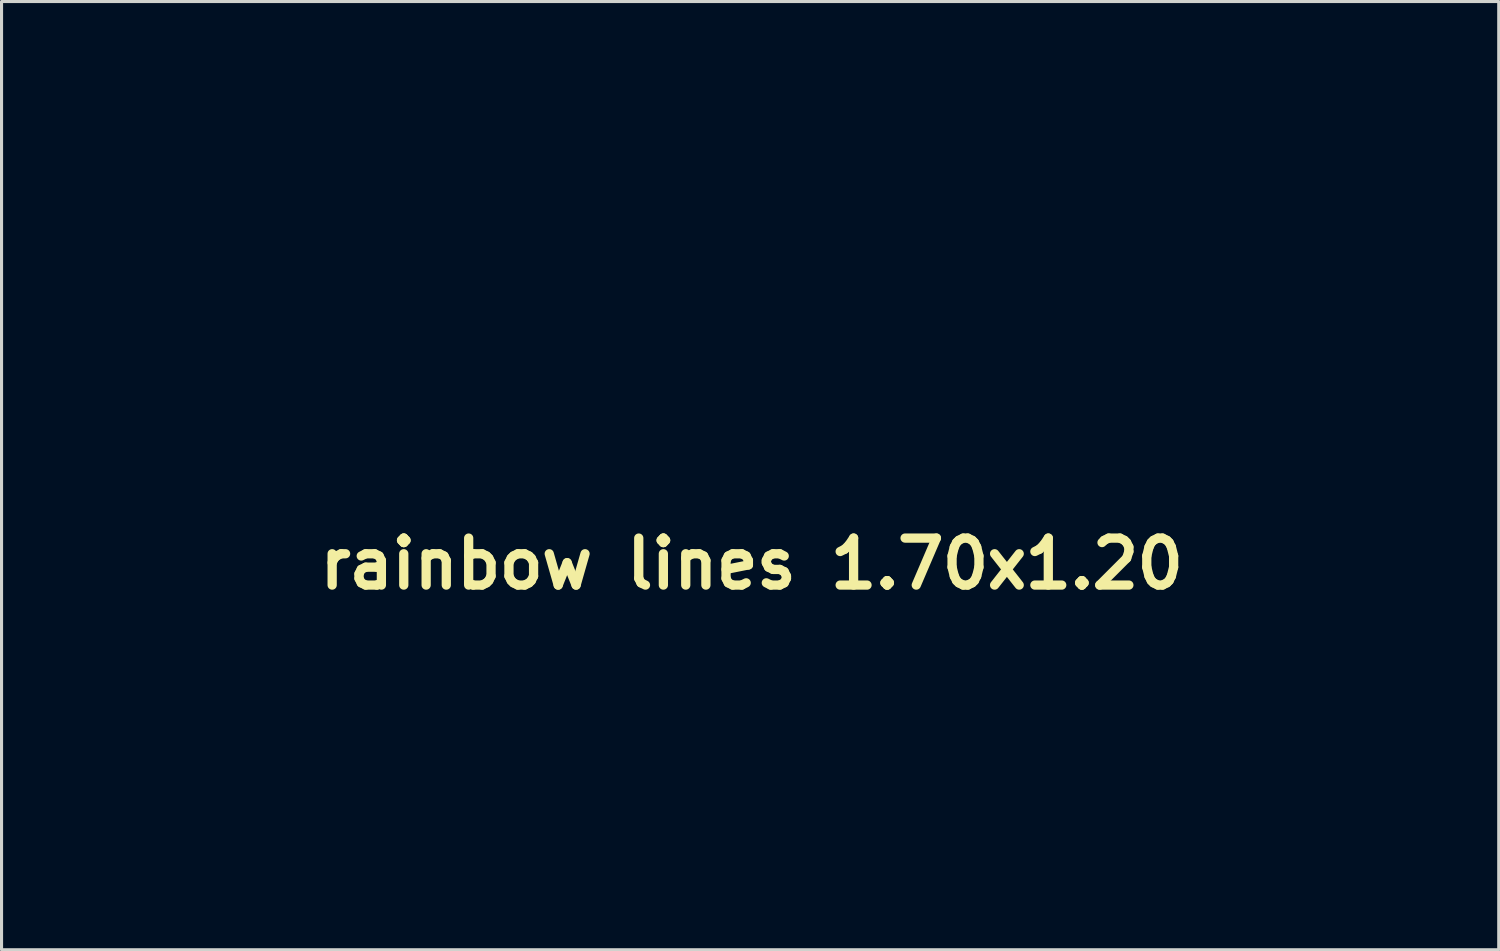
<source format=kicad_pcb>
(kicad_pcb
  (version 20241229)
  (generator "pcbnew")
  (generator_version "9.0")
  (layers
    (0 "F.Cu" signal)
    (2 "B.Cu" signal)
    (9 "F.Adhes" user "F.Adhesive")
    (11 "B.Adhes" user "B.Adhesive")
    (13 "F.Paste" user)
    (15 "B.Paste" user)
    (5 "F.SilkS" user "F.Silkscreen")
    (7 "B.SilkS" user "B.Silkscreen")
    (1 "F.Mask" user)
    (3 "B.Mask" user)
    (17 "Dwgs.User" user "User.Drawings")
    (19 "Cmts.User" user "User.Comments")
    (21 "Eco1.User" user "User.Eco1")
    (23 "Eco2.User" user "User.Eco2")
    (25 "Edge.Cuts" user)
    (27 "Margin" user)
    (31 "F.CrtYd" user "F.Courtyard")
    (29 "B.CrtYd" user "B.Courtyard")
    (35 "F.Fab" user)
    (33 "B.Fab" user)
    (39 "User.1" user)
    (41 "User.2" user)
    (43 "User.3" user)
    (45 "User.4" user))
  (footprint "rainbow lines 1.70x1.20"
    (layer "F.Cu")
    (at 21.328 15.233)
    (property "Reference" "rainbow lines 1.70x1.20" (at 0 0 0) (layer "F.SilkS") (effects (font (size 1.524 1.524) (thickness 0.3))))
    (attr board_only exclude_from_pos_files exclude_from_bom)
    (fp_poly (pts (xy 0.236 3.473) (xy 0.719 3.523) (xy 1.202 3.618) (xy 1.685 3.756) (xy 2.168 3.939) (xy 2.65 4.165) (xy 3.131 4.435) (xy 3.61 4.749) (xy 4.088 5.106) (xy 4.258 5.244) (xy 4.375 5.343) (xy 4.507 5.46) (xy 4.651 5.59) (xy 4.802 5.73) (xy 4.955 5.874) (xy 5.107 6.02) (xy 5.253 6.162) (xy 5.389 6.297) (xy 5.51 6.42) (xy 5.612 6.527) (xy 5.691 6.614) (xy 5.742 6.677) (xy 5.747 6.684) (xy 5.791 6.747) (xy 5.74 6.782) (xy 5.697 6.818) (xy 5.639 6.872) (xy 5.596 6.916) (xy 5.528 6.978) (xy 5.455 7.032) (xy 5.413 7.055) (xy 5.352 7.096) (xy 5.266 7.171) (xy 5.159 7.279) (xy 5.084 7.359) (xy 4.947 7.509) (xy 4.837 7.631) (xy 4.751 7.728) (xy 4.686 7.804) (xy 4.638 7.862) (xy 4.606 7.907) (xy 4.586 7.941) (xy 4.574 7.968) (xy 4.572 7.976) (xy 4.546 8.04) (xy 4.507 8.097) (xy 4.474 8.138) (xy 4.426 8.206) (xy 4.368 8.29) (xy 4.319 8.365) (xy 4.241 8.492) (xy 4.189 8.596) (xy 4.158 8.687) (xy 4.152 8.709) (xy 4.13 8.79) (xy 4.102 8.86) (xy 4.084 8.893) (xy 4.054 8.947) (xy 4.042 8.993) (xy 4.037 9.033) (xy 4.022 9.105) (xy 4.001 9.197) (xy 3.982 9.277) (xy 3.922 9.514) (xy 3.731 9.254) (xy 3.541 9.005) (xy 3.333 8.742) (xy 3.118 8.479) (xy 2.906 8.229) (xy 2.747 8.049) (xy 2.414 7.694) (xy 2.092 7.382) (xy 1.778 7.109) (xy 1.47 6.876) (xy 1.167 6.681) (xy 0.868 6.523) (xy 0.57 6.401) (xy 0.272 6.313) (xy 0.204 6.298) (xy 0.092 6.282) (xy -0.048 6.274) (xy -0.204 6.272) (xy -0.361 6.278) (xy -0.507 6.29) (xy -0.626 6.309) (xy -0.631 6.31) (xy -0.935 6.397) (xy -1.246 6.527) (xy -1.56 6.696) (xy -1.874 6.903) (xy -2.186 7.147) (xy -2.291 7.237) (xy -2.483 7.416) (xy -2.692 7.624) (xy -2.912 7.854) (xy -3.135 8.099) (xy -3.355 8.35) (xy -3.565 8.601) (xy -3.759 8.845) (xy -3.926 9.067) (xy -3.981 9.14) (xy -4.017 9.176) (xy -4.036 9.177) (xy -4.043 9.146) (xy -4.043 9.14) (xy -4.051 9.101) (xy -4.071 9.032) (xy -4.1 8.945) (xy -4.12 8.89) (xy -4.157 8.79) (xy -4.189 8.694) (xy -4.212 8.618) (xy -4.219 8.592) (xy -4.251 8.51) (xy -4.293 8.464) (xy -4.327 8.433) (xy -4.335 8.409) (xy -4.34 8.382) (xy -4.357 8.361) (xy -4.384 8.327) (xy -4.421 8.267) (xy -4.455 8.201) (xy -4.505 8.107) (xy -4.564 8.004) (xy -4.601 7.944) (xy -4.659 7.854) (xy -4.723 7.756) (xy -4.759 7.698) (xy -4.832 7.596) (xy -4.931 7.479) (xy -5.045 7.359) (xy -5.132 7.275) (xy -5.186 7.219) (xy -5.242 7.153) (xy -5.252 7.139) (xy -5.313 7.077) (xy -5.393 7.022) (xy -5.419 7.008) (xy -5.479 6.978) (xy -5.518 6.954) (xy -5.527 6.944) (xy -5.544 6.926) (xy -5.586 6.89) (xy -5.646 6.844) (xy -5.648 6.843) (xy -5.709 6.8) (xy -5.758 6.766) (xy -5.794 6.737) (xy -5.813 6.708) (xy -5.816 6.676) (xy -5.799 6.636) (xy -5.761 6.585) (xy -5.701 6.517) (xy -5.617 6.43) (xy -5.507 6.317) (xy -5.377 6.184) (xy -5.011 5.819) (xy -4.659 5.489) (xy -4.318 5.192) (xy -3.981 4.924) (xy -3.646 4.682) (xy -3.306 4.461) (xy -2.957 4.259) (xy -2.645 4.096) (xy -2.169 3.881) (xy -1.69 3.711) (xy -1.211 3.586) (xy -0.729 3.504) (xy -0.247 3.466)) (stroke (width 0) (type solid)) (fill yes) (layer "F.Mask"))
    (fp_poly (pts (xy 0.284 -15.229) (xy 0.814 -15.207) (xy 1.353 -15.168) (xy 1.891 -15.113) (xy 2.417 -15.043) (xy 2.649 -15.006) (xy 3.501 -14.841) (xy 4.342 -14.633) (xy 5.174 -14.383) (xy 5.994 -14.091) (xy 6.802 -13.758) (xy 7.597 -13.383) (xy 8.379 -12.969) (xy 9.147 -12.515) (xy 9.9 -12.021) (xy 10.638 -11.489) (xy 11.359 -10.919) (xy 12.063 -10.311) (xy 12.75 -9.665) (xy 13.418 -8.983) (xy 14.068 -8.265) (xy 14.697 -7.511) (xy 15.306 -6.723) (xy 15.893 -5.899) (xy 16.378 -5.169) (xy 16.954 -4.232) (xy 17.502 -3.262) (xy 18.022 -2.259) (xy 18.513 -1.225) (xy 18.976 -0.16) (xy 19.409 0.935) (xy 19.813 2.058) (xy 20.187 3.21) (xy 20.531 4.389) (xy 20.844 5.594) (xy 21.12 6.797) (xy 21.15 6.94) (xy 21.177 7.069) (xy 21.198 7.176) (xy 21.214 7.256) (xy 21.221 7.302) (xy 21.222 7.312) (xy 21.202 7.302) (xy 21.153 7.265) (xy 21.079 7.202) (xy 20.983 7.116) (xy 20.866 7.01) (xy 20.806 6.954) (xy 20.675 6.84) (xy 20.563 6.761) (xy 20.491 6.724) (xy 20.408 6.682) (xy 20.364 6.643) (xy 20.356 6.625) (xy 20.067 5.417) (xy 19.748 4.239) (xy 19.402 3.09) (xy 19.028 1.971) (xy 18.626 0.882) (xy 18.196 -0.176) (xy 17.739 -1.203) (xy 17.256 -2.197) (xy 16.745 -3.16) (xy 16.208 -4.089) (xy 15.645 -4.985) (xy 15.056 -5.847) (xy 14.442 -6.675) (xy 13.801 -7.468) (xy 13.136 -8.225) (xy 12.701 -8.687) (xy 12.373 -9.021) (xy 12.063 -9.326) (xy 11.761 -9.612) (xy 11.459 -9.884) (xy 11.149 -10.151) (xy 10.822 -10.422) (xy 10.636 -10.571) (xy 9.903 -11.129) (xy 9.158 -11.644) (xy 8.401 -12.117) (xy 7.632 -12.548) (xy 6.852 -12.936) (xy 6.06 -13.281) (xy 5.258 -13.584) (xy 4.445 -13.845) (xy 3.621 -14.062) (xy 2.787 -14.237) (xy 1.944 -14.368) (xy 1.09 -14.456) (xy 0.817 -14.475) (xy 0.361 -14.497) (xy -0.081 -14.504) (xy -0.519 -14.496) (xy -0.967 -14.474) (xy -1.438 -14.436) (xy -1.635 -14.417) (xy -2.466 -14.309) (xy -3.29 -14.158) (xy -4.104 -13.965) (xy -4.909 -13.729) (xy -5.703 -13.451) (xy -6.487 -13.132) (xy -7.258 -12.773) (xy -8.017 -12.373) (xy -8.763 -11.933) (xy -9.495 -11.455) (xy -10.212 -10.937) (xy -10.914 -10.381) (xy -11.599 -9.787) (xy -12.268 -9.156) (xy -12.92 -8.488) (xy -13.553 -7.784) (xy -14.167 -7.043) (xy -14.762 -6.268) (xy -15.337 -5.457) (xy -15.89 -4.612) (xy -15.913 -4.576) (xy -16.474 -3.645) (xy -17.007 -2.684) (xy -17.513 -1.692) (xy -17.993 -0.667) (xy -18.446 0.39) (xy -18.872 1.48) (xy -19.273 2.604) (xy -19.647 3.762) (xy -19.996 4.955) (xy -20.305 6.125) (xy -20.442 6.671) (xy -20.553 6.732) (xy -20.652 6.795) (xy -20.777 6.893) (xy -20.927 7.024) (xy -21.102 7.188) (xy -21.159 7.243) (xy -21.232 7.312) (xy -21.287 7.359) (xy -21.321 7.381) (xy -21.328 7.376) (xy -21.32 7.342) (xy -21.304 7.272) (xy -21.281 7.172) (xy -21.253 7.05) (xy -21.222 6.911) (xy -21.206 6.844) (xy -21.058 6.208) (xy -20.891 5.546) (xy -20.711 4.871) (xy -20.519 4.193) (xy -20.32 3.527) (xy -20.13 2.926) (xy -19.753 1.817) (xy -19.351 0.738) (xy -18.924 -0.312) (xy -18.473 -1.331) (xy -17.997 -2.32) (xy -17.498 -3.277) (xy -16.976 -4.202) (xy -16.431 -5.095) (xy -15.864 -5.954) (xy -15.276 -6.78) (xy -14.666 -7.571) (xy -14.036 -8.327) (xy -13.385 -9.048) (xy -12.715 -9.732) (xy -12.025 -10.38) (xy -11.316 -10.99) (xy -10.589 -11.563) (xy -9.845 -12.097) (xy -9.082 -12.592) (xy -8.303 -13.047) (xy -7.507 -13.461) (xy -6.96 -13.719) (xy -6.165 -14.054) (xy -5.366 -14.347) (xy -4.561 -14.597) (xy -3.747 -14.806) (xy -2.922 -14.973) (xy -2.083 -15.1) (xy -1.227 -15.186) (xy -0.71 -15.219) (xy -0.227 -15.233)) (stroke (width 0) (type solid)) (fill yes) (layer "F.Mask"))
    (fp_poly (pts (xy 0.171 -7.463) (xy 0.382 -7.461) (xy 0.565 -7.457) (xy 0.728 -7.45) (xy 0.88 -7.44) (xy 1.027 -7.427) (xy 1.178 -7.409) (xy 1.341 -7.385) (xy 1.522 -7.357) (xy 1.688 -7.329) (xy 2.361 -7.192) (xy 3.03 -7.012) (xy 3.693 -6.788) (xy 4.349 -6.521) (xy 5 -6.212) (xy 5.643 -5.861) (xy 6.278 -5.468) (xy 6.906 -5.033) (xy 7.525 -4.558) (xy 8.134 -4.042) (xy 8.734 -3.486) (xy 9.323 -2.89) (xy 9.902 -2.254) (xy 10.469 -1.58) (xy 11.025 -0.867) (xy 11.568 -0.116) (xy 11.671 0.033) (xy 11.94 0.435) (xy 12.219 0.869) (xy 12.503 1.327) (xy 12.787 1.801) (xy 13.065 2.282) (xy 13.333 2.761) (xy 13.585 3.23) (xy 13.816 3.679) (xy 13.818 3.682) (xy 13.846 3.738) (xy 13.338 3.745) (xy 13.09 3.75) (xy 12.879 3.757) (xy 12.695 3.769) (xy 12.532 3.786) (xy 12.383 3.81) (xy 12.239 3.841) (xy 12.094 3.881) (xy 11.94 3.931) (xy 11.807 3.978) (xy 11.613 4.052) (xy 11.454 4.12) (xy 11.326 4.185) (xy 11.221 4.25) (xy 11.145 4.309) (xy 11.098 4.347) (xy 11.065 4.368) (xy 11.058 4.37) (xy 11.043 4.352) (xy 11.009 4.302) (xy 10.961 4.225) (xy 10.903 4.129) (xy 10.846 4.032) (xy 10.342 3.19) (xy 9.832 2.389) (xy 9.316 1.628) (xy 8.794 0.908) (xy 8.267 0.229) (xy 7.734 -0.408) (xy 7.197 -1.003) (xy 6.655 -1.557) (xy 6.108 -2.067) (xy 5.558 -2.535) (xy 5.004 -2.96) (xy 4.446 -3.342) (xy 3.885 -3.68) (xy 3.555 -3.857) (xy 3.061 -4.095) (xy 2.576 -4.296) (xy 2.094 -4.462) (xy 1.605 -4.596) (xy 1.101 -4.7) (xy 0.782 -4.75) (xy 0.581 -4.772) (xy 0.35 -4.788) (xy 0.097 -4.798) (xy -0.164 -4.801) (xy -0.423 -4.798) (xy -0.669 -4.788) (xy -0.89 -4.772) (xy -0.989 -4.762) (xy -1.553 -4.672) (xy -2.112 -4.542) (xy -2.666 -4.372) (xy -3.216 -4.161) (xy -3.764 -3.908) (xy -4.309 -3.614) (xy -4.854 -3.277) (xy -5.399 -2.898) (xy -5.944 -2.475) (xy -6.492 -2.008) (xy -6.538 -1.966) (xy -6.731 -1.788) (xy -6.945 -1.58) (xy -7.174 -1.348) (xy -7.414 -1.098) (xy -7.658 -0.836) (xy -7.903 -0.567) (xy -8.142 -0.298) (xy -8.369 -0.033) (xy -8.581 0.221) (xy -8.681 0.344) (xy -9.019 0.779) (xy -9.366 1.247) (xy -9.718 1.742) (xy -10.067 2.254) (xy -10.409 2.777) (xy -10.738 3.301) (xy -11.05 3.819) (xy -11.151 3.993) (xy -11.206 4.088) (xy -11.252 4.168) (xy -11.286 4.226) (xy -11.304 4.255) (xy -11.305 4.257) (xy -11.325 4.251) (xy -11.368 4.226) (xy -11.393 4.209) (xy -11.467 4.163) (xy -11.55 4.121) (xy -11.571 4.113) (xy -11.647 4.076) (xy -11.718 4.034) (xy -11.736 4.021) (xy -11.815 3.975) (xy -11.93 3.928) (xy -12.075 3.882) (xy -12.241 3.838) (xy -12.423 3.8) (xy -12.613 3.768) (xy -12.805 3.743) (xy -12.861 3.738) (xy -12.929 3.735) (xy -13.027 3.735) (xy -13.147 3.737) (xy -13.281 3.741) (xy -13.422 3.746) (xy -13.56 3.753) (xy -13.689 3.76) (xy -13.799 3.768) (xy -13.882 3.777) (xy -13.932 3.785) (xy -13.934 3.785) (xy -13.951 3.787) (xy -13.957 3.777) (xy -13.951 3.751) (xy -13.932 3.702) (xy -13.896 3.626) (xy -13.842 3.518) (xy -13.817 3.469) (xy -13.327 2.532) (xy -12.822 1.637) (xy -12.305 0.782) (xy -11.773 -0.031) (xy -11.226 -0.804) (xy -10.665 -1.537) (xy -10.089 -2.23) (xy -9.497 -2.885) (xy -8.89 -3.501) (xy -8.266 -4.078) (xy -8.041 -4.274) (xy -7.429 -4.773) (xy -6.806 -5.231) (xy -6.174 -5.648) (xy -5.533 -6.023) (xy -4.883 -6.356) (xy -4.227 -6.647) (xy -3.564 -6.896) (xy -2.895 -7.101) (xy -2.222 -7.263) (xy -1.807 -7.34) (xy -1.612 -7.371) (xy -1.439 -7.397) (xy -1.278 -7.418) (xy -1.123 -7.434) (xy -0.966 -7.446) (xy -0.799 -7.454) (xy -0.614 -7.459) (xy -0.404 -7.462) (xy -0.161 -7.463) (xy -0.075 -7.464)) (stroke (width 0) (type solid)) (fill yes) (layer "F.Mask")))
  (gr_rect
    (start -3 -3)
    (end 45.55 27.747)
    (stroke (width 0.1) (type default))
    (fill no)
    (layer "Edge.Cuts")))
</source>
